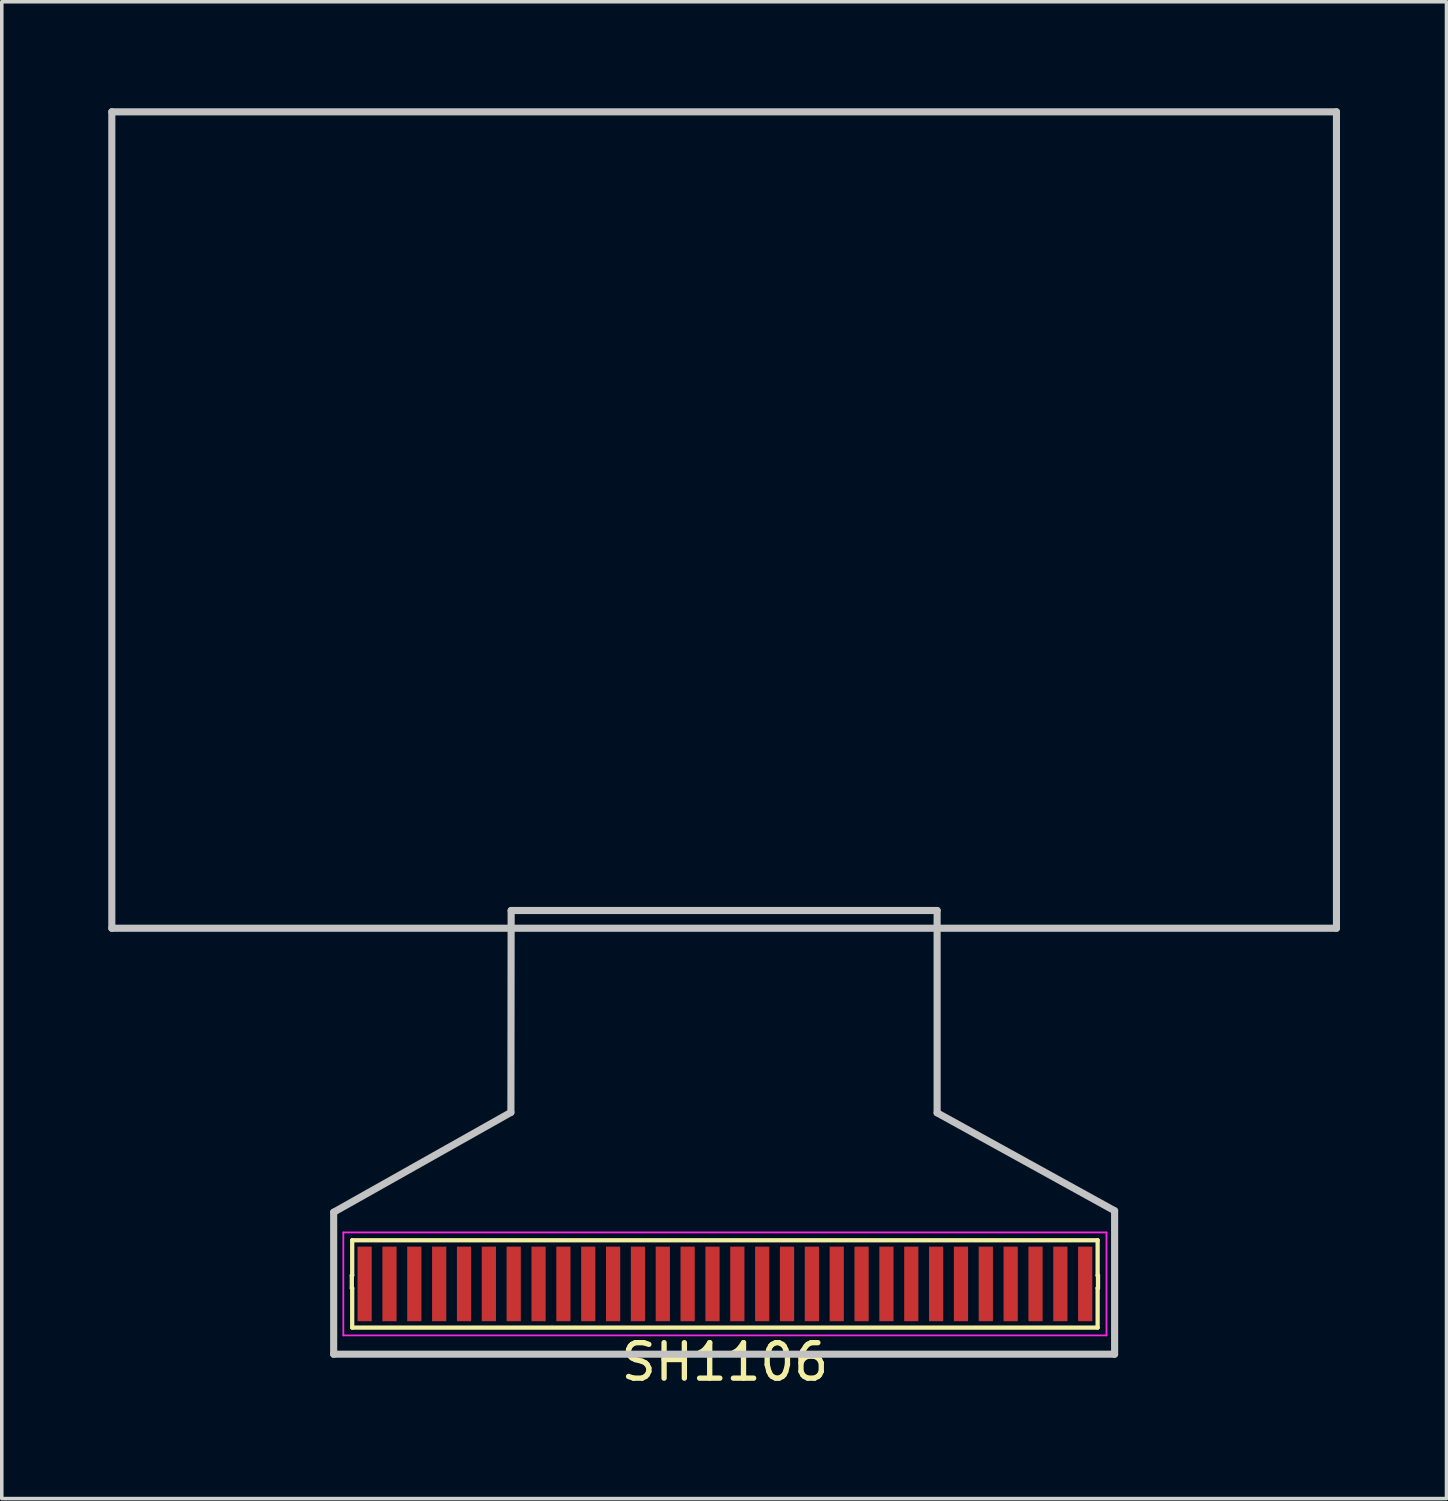
<source format=kicad_pcb>
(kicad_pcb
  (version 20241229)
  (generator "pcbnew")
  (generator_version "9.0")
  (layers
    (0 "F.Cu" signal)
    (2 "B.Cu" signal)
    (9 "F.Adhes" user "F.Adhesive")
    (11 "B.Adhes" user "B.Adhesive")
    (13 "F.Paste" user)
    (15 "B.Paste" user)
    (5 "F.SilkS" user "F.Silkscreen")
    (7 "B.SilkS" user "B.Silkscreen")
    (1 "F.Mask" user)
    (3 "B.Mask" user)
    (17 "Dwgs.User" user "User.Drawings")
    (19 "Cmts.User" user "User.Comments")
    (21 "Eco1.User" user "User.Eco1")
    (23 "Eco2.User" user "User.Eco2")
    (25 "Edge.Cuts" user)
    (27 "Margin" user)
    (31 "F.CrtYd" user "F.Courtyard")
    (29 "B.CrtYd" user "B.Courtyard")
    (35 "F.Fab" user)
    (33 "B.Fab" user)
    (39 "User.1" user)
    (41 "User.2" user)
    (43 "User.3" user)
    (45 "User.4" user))
  (footprint "SH1106"
    (layer "F.Cu")
    (at 17.372 33.12)
    (property "Reference" "SH1106" (at 0 2.2 0) (layer "F.SilkS") (effects (font (size 1 1) (thickness 0.15))))
    (attr smd)
    (fp_line (start -10.51 -0.24) (end -10.5 -0.24) (stroke (width 0.12) (type solid)) (layer "F.SilkS"))
    (fp_line (start -10.51 0.12) (end -10.51 -0.24) (stroke (width 0.12) (type solid)) (layer "F.SilkS"))
    (fp_line (start -10.5 -1.23) (end 10.5 -1.23) (stroke (width 0.12) (type solid)) (layer "F.SilkS"))
    (fp_line (start -10.5 -0.24) (end -10.5 -1.23) (stroke (width 0.12) (type solid)) (layer "F.SilkS"))
    (fp_line (start -10.5 0.12) (end -10.51 0.12) (stroke (width 0.12) (type solid)) (layer "F.SilkS"))
    (fp_line (start -10.5 1.23) (end -10.5 0.12) (stroke (width 0.12) (type solid)) (layer "F.SilkS"))
    (fp_line (start -10.5 1.23) (end 10.5 1.23) (stroke (width 0.12) (type solid)) (layer "F.SilkS"))
    (fp_line (start 10.5 -0.24) (end 10.5 -1.23) (stroke (width 0.12) (type solid)) (layer "F.SilkS"))
    (fp_line (start 10.5 0.12) (end 10.51 0.12) (stroke (width 0.12) (type solid)) (layer "F.SilkS"))
    (fp_line (start 10.5 1.23) (end 10.5 0.12) (stroke (width 0.12) (type solid)) (layer "F.SilkS"))
    (fp_line (start 10.51 -0.24) (end 10.5 -0.24) (stroke (width 0.12) (type solid)) (layer "F.SilkS"))
    (fp_line (start 10.51 0.12) (end 10.51 -0.24) (stroke (width 0.12) (type solid)) (layer "F.SilkS"))
    (fp_line (start -17.272 -33.02) (end 17.228 -33.02) (stroke (width 0.2) (type solid)) (layer "Dwgs.User"))
    (fp_line (start -17.272 -10.02) (end -17.272 -33.02) (stroke (width 0.2) (type solid)) (layer "Dwgs.User"))
    (fp_line (start -11.022 -2.02) (end -11.022 1.98) (stroke (width 0.2) (type solid)) (layer "Dwgs.User"))
    (fp_line (start -11.022 1.98) (end 10.978 1.98) (stroke (width 0.2) (type solid)) (layer "Dwgs.User"))
    (fp_line (start -6.029 -4.832) (end -11.022 -2.02) (stroke (width 0.2) (type solid)) (layer "Dwgs.User"))
    (fp_line (start -6.022 -10.52) (end -6.029 -4.832) (stroke (width 0.2) (type solid)) (layer "Dwgs.User"))
    (fp_line (start 5.978 -10.52) (end -6.022 -10.52) (stroke (width 0.2) (type solid)) (layer "Dwgs.User"))
    (fp_line (start 5.978 -4.82) (end 5.978 -10.52) (stroke (width 0.2) (type solid)) (layer "Dwgs.User"))
    (fp_line (start 10.978 -2.061) (end 5.978 -4.82) (stroke (width 0.2) (type solid)) (layer "Dwgs.User"))
    (fp_line (start 10.978 1.98) (end 10.978 -2.061) (stroke (width 0.2) (type solid)) (layer "Dwgs.User"))
    (fp_line (start 17.228 -33.02) (end 17.228 -10.02) (stroke (width 0.2) (type solid)) (layer "Dwgs.User"))
    (fp_line (start 17.228 -10.02) (end -17.272 -10.02) (stroke (width 0.2) (type solid)) (layer "Dwgs.User"))
    (fp_line (start -10.75 -1.45) (end -10.75 1.45) (stroke (width 0.05) (type solid)) (layer "F.CrtYd"))
    (fp_line (start -10.75 -1.45) (end 10.75 -1.45) (stroke (width 0.05) (type solid)) (layer "F.CrtYd"))
    (fp_line (start -10.75 1.45) (end 10.75 1.45) (stroke (width 0.05) (type solid)) (layer "F.CrtYd"))
    (fp_line (start 10.75 -1.45) (end 10.75 1.45) (stroke (width 0.05) (type solid)) (layer "F.CrtYd"))
    (pad "0" smd rect (at -10.15 0) (size 0.001 0.001) (layers "F.Cu" "F.Mask" "F.Paste"))
    (pad "0" smd rect (at 10.15 0) (size 0.001 0.001) (layers "F.Cu" "F.Mask" "F.Paste"))
    (pad "1" smd rect (at -10.15 0) (size 0.4 2.1) (layers "F.Cu" "F.Mask" "F.Paste"))
    (pad "2" smd rect (at -9.45 0) (size 0.4 2.1) (layers "F.Cu" "F.Mask" "F.Paste"))
    (pad "3" smd rect (at -8.75 0) (size 0.4 2.1) (layers "F.Cu" "F.Mask" "F.Paste"))
    (pad "4" smd rect (at -8.05 0) (size 0.4 2.1) (layers "F.Cu" "F.Mask" "F.Paste"))
    (pad "5" smd rect (at -7.35 0) (size 0.4 2.1) (layers "F.Cu" "F.Mask" "F.Paste"))
    (pad "6" smd rect (at -6.65 0) (size 0.4 2.1) (layers "F.Cu" "F.Mask" "F.Paste"))
    (pad "7" smd rect (at -5.95 0) (size 0.4 2.1) (layers "F.Cu" "F.Mask" "F.Paste"))
    (pad "8" smd rect (at -5.25 0) (size 0.4 2.1) (layers "F.Cu" "F.Mask" "F.Paste"))
    (pad "9" smd rect (at -4.55 0) (size 0.4 2.1) (layers "F.Cu" "F.Mask" "F.Paste"))
    (pad "10" smd rect (at -3.85 0) (size 0.4 2.1) (layers "F.Cu" "F.Mask" "F.Paste"))
    (pad "11" smd rect (at -3.15 0) (size 0.4 2.1) (layers "F.Cu" "F.Mask" "F.Paste"))
    (pad "12" smd rect (at -2.45 0) (size 0.4 2.1) (layers "F.Cu" "F.Mask" "F.Paste"))
    (pad "13" smd rect (at -1.75 0) (size 0.4 2.1) (layers "F.Cu" "F.Mask" "F.Paste"))
    (pad "14" smd rect (at -1.05 0) (size 0.4 2.1) (layers "F.Cu" "F.Mask" "F.Paste"))
    (pad "15" smd rect (at -0.35 0) (size 0.4 2.1) (layers "F.Cu" "F.Mask" "F.Paste"))
    (pad "16" smd rect (at 0.35 0) (size 0.4 2.1) (layers "F.Cu" "F.Mask" "F.Paste"))
    (pad "17" smd rect (at 1.05 0) (size 0.4 2.1) (layers "F.Cu" "F.Mask" "F.Paste"))
    (pad "18" smd rect (at 1.75 0) (size 0.4 2.1) (layers "F.Cu" "F.Mask" "F.Paste"))
    (pad "19" smd rect (at 2.45 0) (size 0.4 2.1) (layers "F.Cu" "F.Mask" "F.Paste"))
    (pad "20" smd rect (at 3.15 0) (size 0.4 2.1) (layers "F.Cu" "F.Mask" "F.Paste"))
    (pad "21" smd rect (at 3.85 0) (size 0.4 2.1) (layers "F.Cu" "F.Mask" "F.Paste"))
    (pad "22" smd rect (at 4.55 0) (size 0.4 2.1) (layers "F.Cu" "F.Mask" "F.Paste"))
    (pad "23" smd rect (at 5.25 0) (size 0.4 2.1) (layers "F.Cu" "F.Mask" "F.Paste"))
    (pad "24" smd rect (at 5.95 0) (size 0.4 2.1) (layers "F.Cu" "F.Mask" "F.Paste"))
    (pad "25" smd rect (at 6.65 0) (size 0.4 2.1) (layers "F.Cu" "F.Mask" "F.Paste"))
    (pad "26" smd rect (at 7.35 0) (size 0.4 2.1) (layers "F.Cu" "F.Mask" "F.Paste"))
    (pad "27" smd rect (at 8.05 0) (size 0.4 2.1) (layers "F.Cu" "F.Mask" "F.Paste"))
    (pad "28" smd rect (at 8.75 0) (size 0.4 2.1) (layers "F.Cu" "F.Mask" "F.Paste"))
    (pad "29" smd rect (at 9.45 0) (size 0.4 2.1) (layers "F.Cu" "F.Mask" "F.Paste"))
    (pad "30" smd rect (at 10.15 0) (size 0.4 2.1) (layers "F.Cu" "F.Mask" "F.Paste")))
  (gr_rect
    (start -3 -3)
    (end 37.7 39.168)
    (stroke (width 0.1) (type default))
    (fill no)
    (layer "Edge.Cuts")))
</source>
